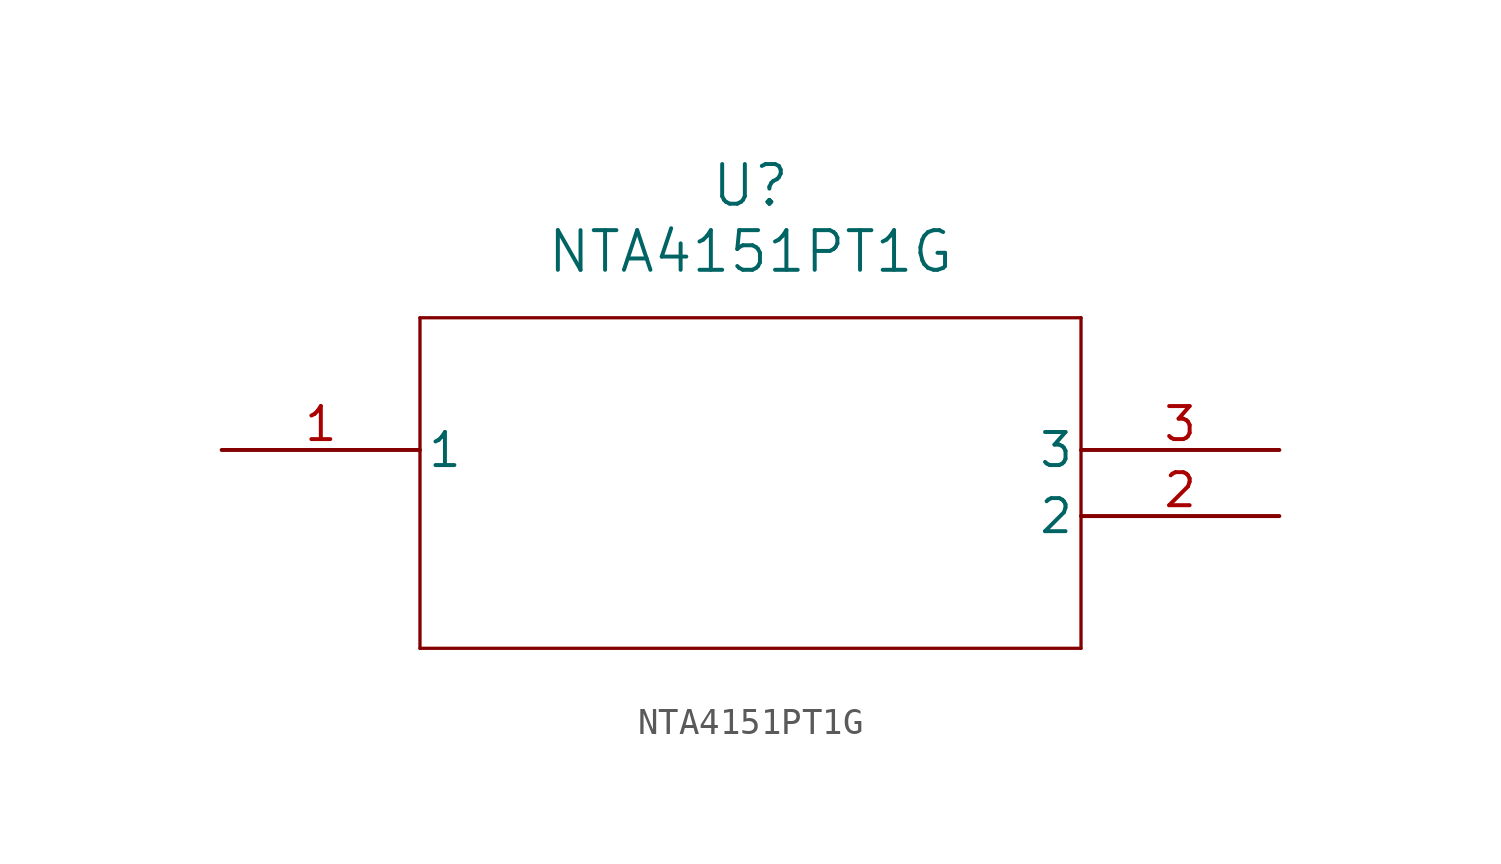
<source format=kicad_sym>
(kicad_symbol_lib
  (version 20211014)
  (generator kicad_symbol_editor)
  (symbol "NTA4151PT1G"
    (pin_names
      (offset 0.254))
    (property "Reference" "U"
      (at 20.32 10.16 0)
      (effects (font (size 1.524 1.524))))
    (property "Value" "NTA4151PT1G"
      (at 20.32 7.62 0)
      (effects (font (size 1.524 1.524))))
    (symbol "NTA4151PT1G_0_1"
      (polyline (pts (xy 7.62 5.08) (xy 7.62 -7.62)) (stroke (width 0.127) (type default) (color 0 0 0 0)) (fill (type none)))
      (polyline (pts (xy 7.62 -7.62) (xy 33.02 -7.62)) (stroke (width 0.127) (type default) (color 0 0 0 0)) (fill (type none)))
      (polyline (pts (xy 33.02 -7.62) (xy 33.02 5.08)) (stroke (width 0.127) (type default) (color 0 0 0 0)) (fill (type none)))
      (polyline (pts (xy 33.02 5.08) (xy 7.62 5.08)) (stroke (width 0.127) (type default) (color 0 0 0 0)) (fill (type none)))
      (pin unspecified line (at 0 0 0) (length 7.62) (name "1" (effects (font (size 1.27 1.27)))) (number "1" (effects (font (size 1.27 1.27)))))
      (pin unspecified line (at 40.64 -2.54 180) (length 7.62) (name "2" (effects (font (size 1.27 1.27)))) (number "2" (effects (font (size 1.27 1.27)))))
      (pin unspecified line (at 40.64 0 180) (length 7.62) (name "3" (effects (font (size 1.27 1.27)))) (number "3" (effects (font (size 1.27 1.27))))))))
</source>
